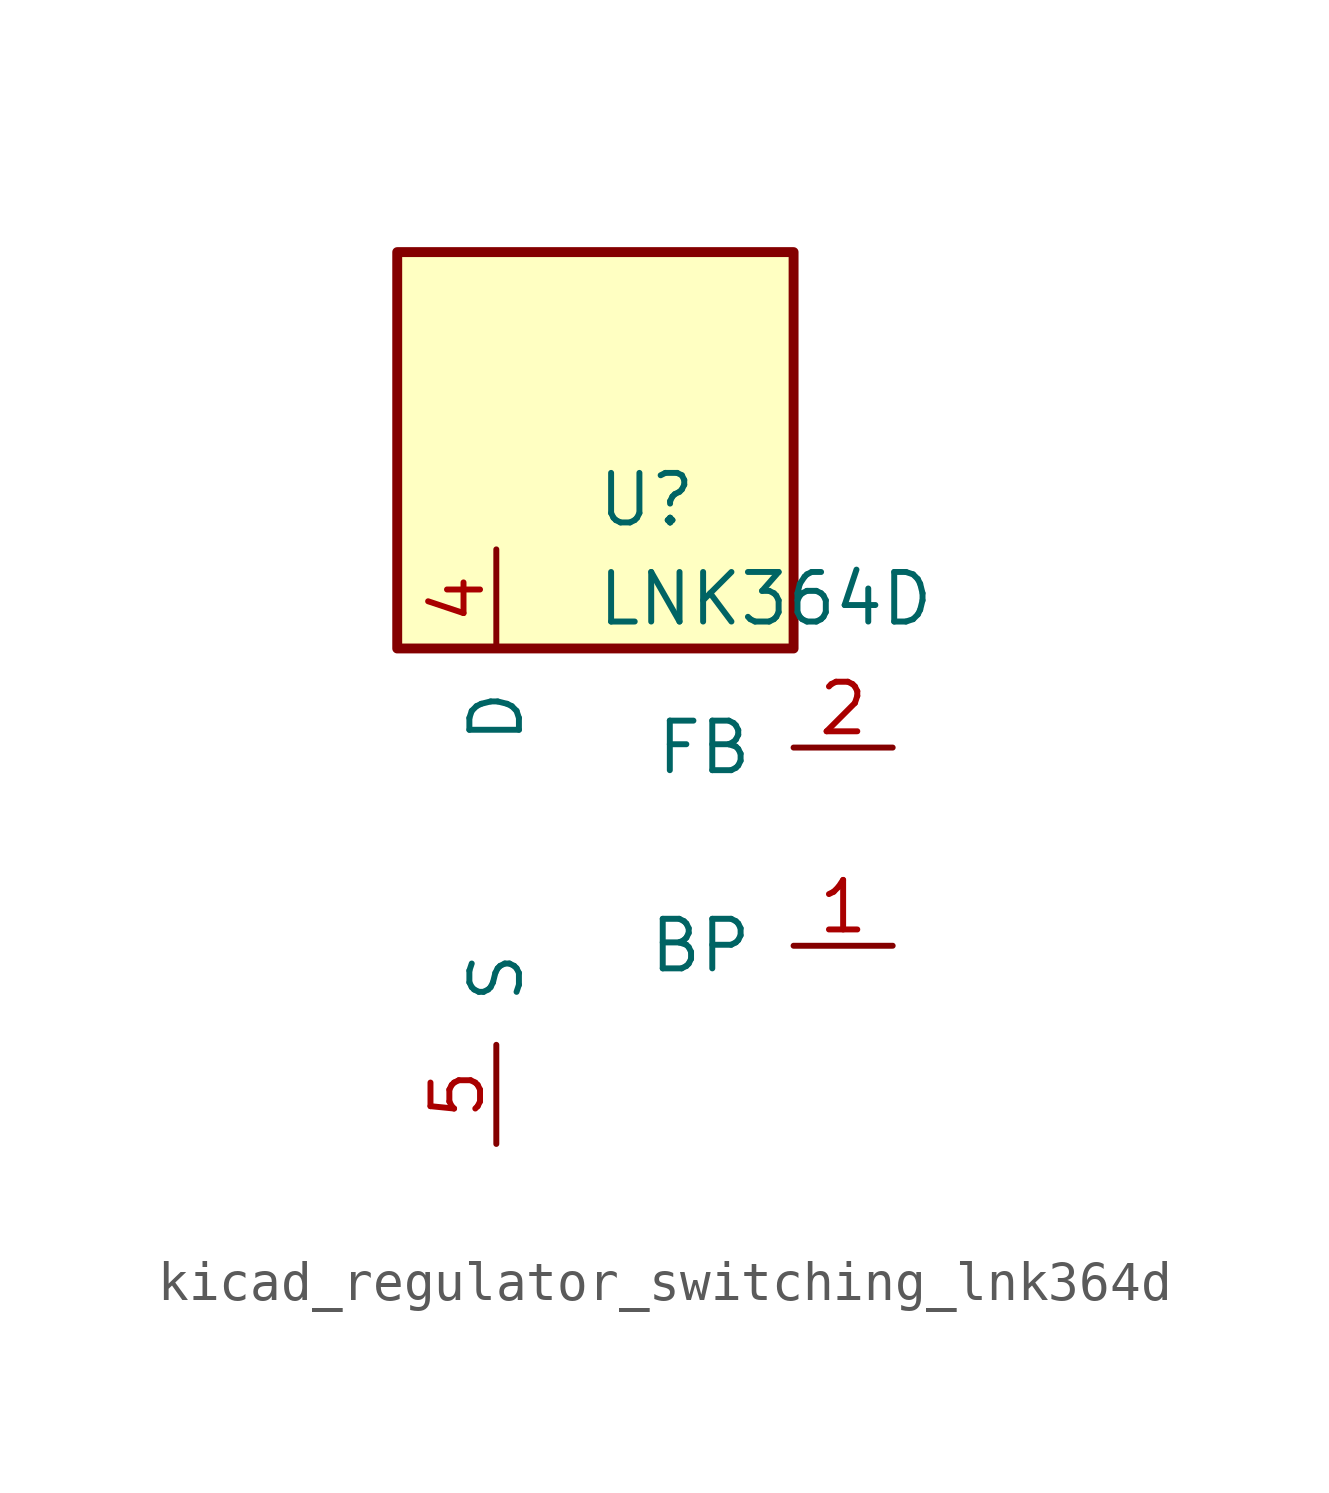
<source format=kicad_sym>
(kicad_symbol_lib
  (version 20220914)
  (generator kicad_symbol_editor)
  (symbol "kicad_regulator_switching_lnk364d"
    (pin_names
      (offset 1.016))
    (property "Reference" "U"
      (at 0 8.89 0)
      (effects (font (size 1.27 1.27)) (justify left)))
    (property "Value" "LNK364D"
      (at 0 6.35 0)
      (effects (font (size 1.27 1.27)) (justify left)))
    (symbol "kicad_regulator_switching_lnk364d_0_1"
      (rectangle (start 5.08 15.24) (end -5.08 5.08) (stroke (width 0.254) (type default)) (fill (type background))))
    (symbol "kicad_regulator_switching_lnk364d_1_1"
      (pin input line (at 7.62 -2.54 180) (length 2.54) (name "BP" (effects (font (size 1.27 1.27)))) (number "1" (effects (font (size 1.27 1.27)))))
      (pin input line (at 7.62 2.54 180) (length 2.54) (name "FB" (effects (font (size 1.27 1.27)))) (number "2" (effects (font (size 1.27 1.27)))))
      (pin open_collector line (at -2.54 7.62 270) (length 2.54) (name "D" (effects (font (size 1.27 1.27)))) (number "4" (effects (font (size 1.27 1.27)))))
      (pin power_in line (at -2.54 -7.62 90) (length 2.54) (name "S" (effects (font (size 1.27 1.27)))) (number "5" (effects (font (size 1.27 1.27)))))
      (pin passive line (at -2.54 -7.62 90) (length 2.54) hide (name "S" (effects (font (size 1.27 1.27)))) (number "6" (effects (font (size 1.27 1.27)))))
      (pin passive line (at -2.54 -7.62 90) (length 2.54) hide (name "S" (effects (font (size 1.27 1.27)))) (number "7" (effects (font (size 1.27 1.27)))))
      (pin passive line (at -2.54 -7.62 90) (length 2.54) hide (name "S" (effects (font (size 1.27 1.27)))) (number "8" (effects (font (size 1.27 1.27))))))))
</source>
